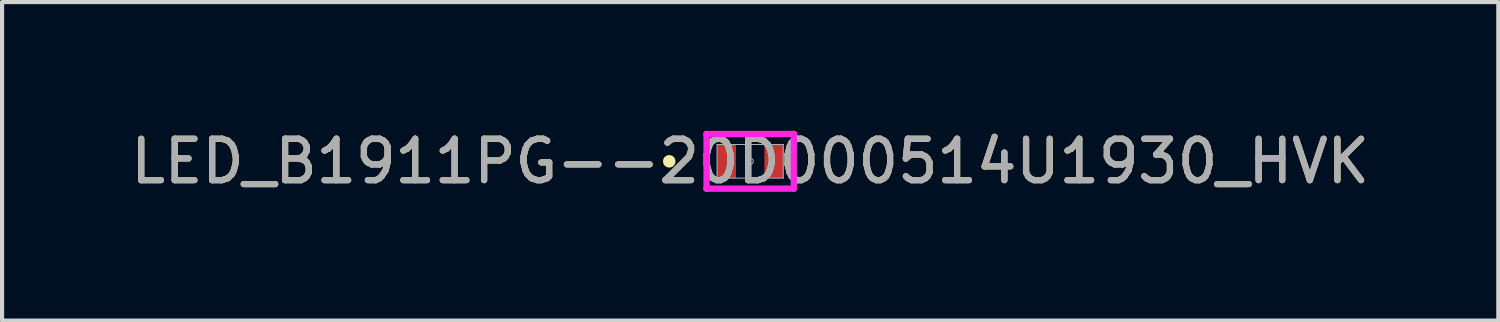
<source format=kicad_pcb>
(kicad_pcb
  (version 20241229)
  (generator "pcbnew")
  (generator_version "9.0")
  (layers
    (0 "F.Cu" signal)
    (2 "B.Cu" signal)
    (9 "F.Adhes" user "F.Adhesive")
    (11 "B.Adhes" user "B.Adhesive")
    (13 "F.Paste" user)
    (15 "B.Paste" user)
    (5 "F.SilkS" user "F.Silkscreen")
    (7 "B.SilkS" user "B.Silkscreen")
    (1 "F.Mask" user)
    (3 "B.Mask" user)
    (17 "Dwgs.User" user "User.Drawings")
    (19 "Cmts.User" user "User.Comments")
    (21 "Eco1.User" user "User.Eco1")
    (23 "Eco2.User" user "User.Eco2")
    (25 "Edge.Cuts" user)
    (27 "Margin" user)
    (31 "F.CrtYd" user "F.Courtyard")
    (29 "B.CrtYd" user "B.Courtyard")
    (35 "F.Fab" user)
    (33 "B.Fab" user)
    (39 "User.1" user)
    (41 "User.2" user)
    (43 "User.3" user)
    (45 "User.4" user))
  (footprint "LED_B1911PG--20D000514U1930_HVK"
    (layer "F.Cu")
    (at 15.077 0.848)
    (property "Reference" "LED_B1911PG--20D000514U1930_HVK" (at 0 0 0) (unlocked yes) (layer "F.SilkS") (effects (font (size 1 1) (thickness 0.15))))
    (attr smd)
    (fp_circle (center -1.956 0) (end -1.88 0) (stroke (width 0.152) (type solid)) (fill no) (layer "F.SilkS"))
    (fp_line (start -1.054 -0.66) (end -1.054 -0.66) (stroke (width 0.152) (type solid)) (layer "F.CrtYd"))
    (fp_line (start -1.054 -0.66) (end -1.054 -0.66) (stroke (width 0.152) (type solid)) (layer "F.CrtYd"))
    (fp_line (start -1.054 -0.66) (end 1.054 -0.66) (stroke (width 0.152) (type solid)) (layer "F.CrtYd"))
    (fp_line (start -1.054 0.66) (end -1.054 -0.66) (stroke (width 0.152) (type solid)) (layer "F.CrtYd"))
    (fp_line (start -1.054 0.66) (end -1.054 0.66) (stroke (width 0.152) (type solid)) (layer "F.CrtYd"))
    (fp_line (start -1.054 0.66) (end -1.054 0.66) (stroke (width 0.152) (type solid)) (layer "F.CrtYd"))
    (fp_line (start 1.054 -0.66) (end 1.054 -0.66) (stroke (width 0.152) (type solid)) (layer "F.CrtYd"))
    (fp_line (start 1.054 -0.66) (end 1.054 -0.66) (stroke (width 0.152) (type solid)) (layer "F.CrtYd"))
    (fp_line (start 1.054 -0.66) (end 1.054 0.66) (stroke (width 0.152) (type solid)) (layer "F.CrtYd"))
    (fp_line (start 1.054 0.66) (end -1.054 0.66) (stroke (width 0.152) (type solid)) (layer "F.CrtYd"))
    (fp_line (start 1.054 0.66) (end 1.054 0.66) (stroke (width 0.152) (type solid)) (layer "F.CrtYd"))
    (fp_line (start 1.054 0.66) (end 1.054 0.66) (stroke (width 0.152) (type solid)) (layer "F.CrtYd"))
    (fp_line (start -0.8 -0.406) (end -0.8 0.406) (stroke (width 0.025) (type solid)) (layer "F.Fab"))
    (fp_line (start -0.8 0.406) (end 0.8 0.406) (stroke (width 0.025) (type solid)) (layer "F.Fab"))
    (fp_line (start 0.8 -0.406) (end -0.8 -0.406) (stroke (width 0.025) (type solid)) (layer "F.Fab"))
    (fp_line (start 0.8 0.406) (end 0.8 -0.406) (stroke (width 0.025) (type solid)) (layer "F.Fab"))
    (fp_circle (center 0 0) (end 0.076 0) (stroke (width 0.025) (type solid)) (fill no) (layer "F.Fab"))
    (fp_text user "${REFERENCE}" (at 0 0 0) (unlocked yes) (layer "F.Fab") (effects (font (size 1 1) (thickness 0.15))))
    (pad "1" smd rect (at -0.572 0) (size 0.457 0.813) (layers "F.Cu" "F.Mask" "F.Paste"))
    (pad "2" smd rect (at 0.572 0) (size 0.457 0.813) (layers "F.Cu" "F.Mask" "F.Paste")))
  (gr_rect
    (start -3 -3)
    (end 33.155 4.697)
    (stroke (width 0.1) (type default))
    (fill no)
    (layer "Edge.Cuts")))
</source>
